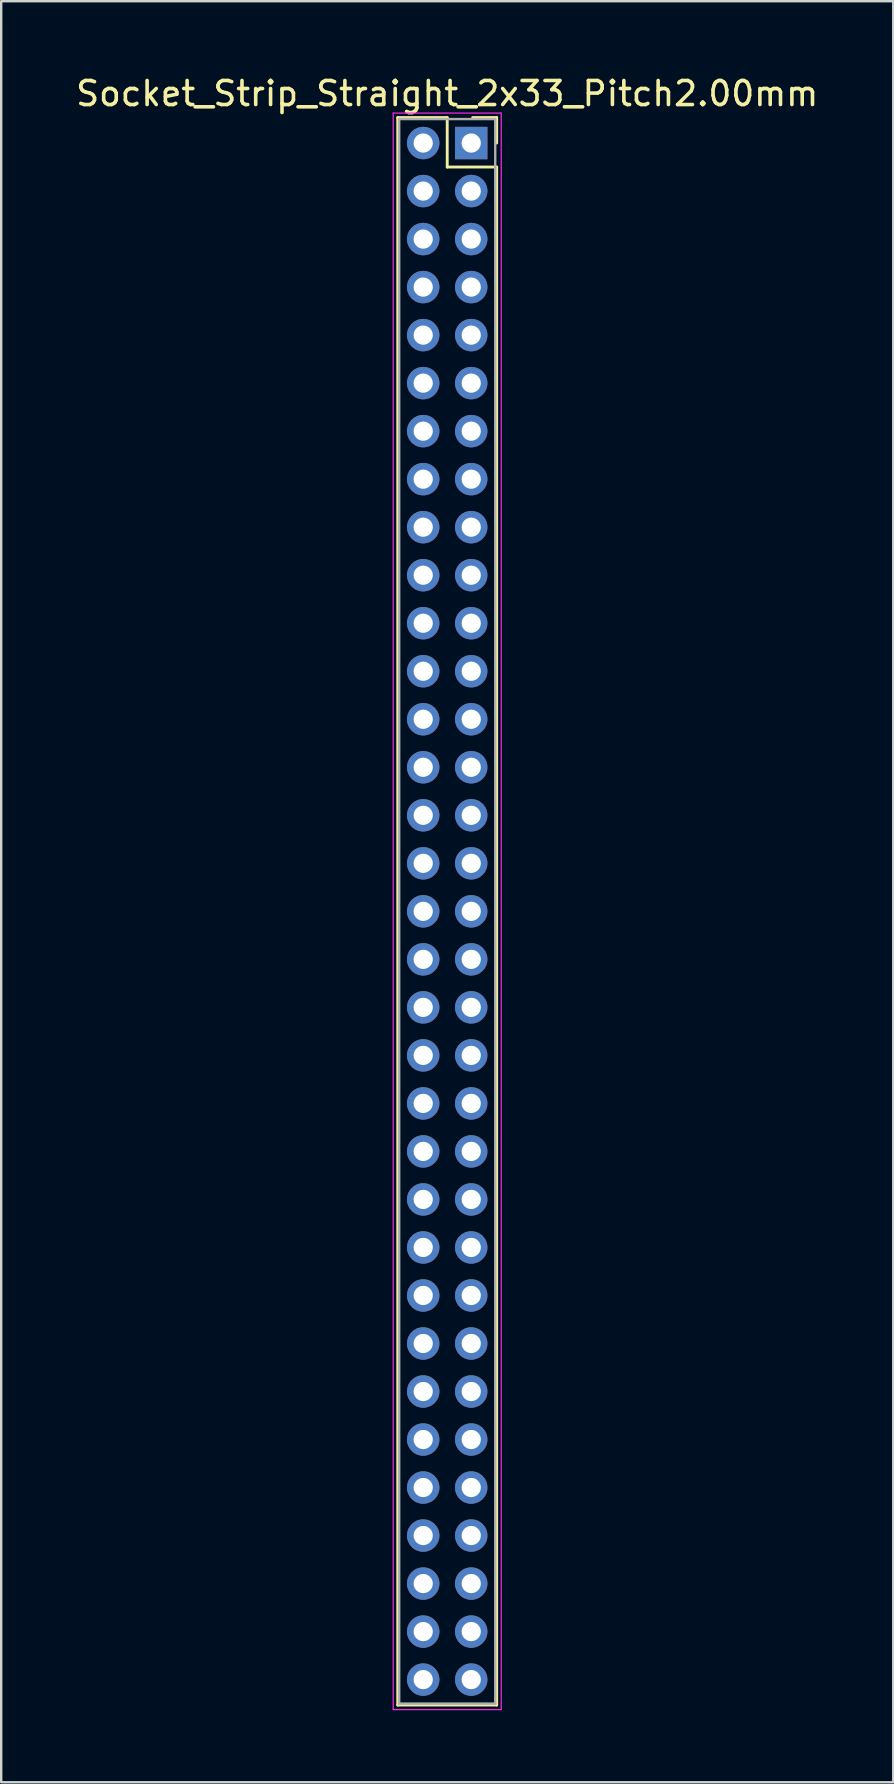
<source format=kicad_pcb>
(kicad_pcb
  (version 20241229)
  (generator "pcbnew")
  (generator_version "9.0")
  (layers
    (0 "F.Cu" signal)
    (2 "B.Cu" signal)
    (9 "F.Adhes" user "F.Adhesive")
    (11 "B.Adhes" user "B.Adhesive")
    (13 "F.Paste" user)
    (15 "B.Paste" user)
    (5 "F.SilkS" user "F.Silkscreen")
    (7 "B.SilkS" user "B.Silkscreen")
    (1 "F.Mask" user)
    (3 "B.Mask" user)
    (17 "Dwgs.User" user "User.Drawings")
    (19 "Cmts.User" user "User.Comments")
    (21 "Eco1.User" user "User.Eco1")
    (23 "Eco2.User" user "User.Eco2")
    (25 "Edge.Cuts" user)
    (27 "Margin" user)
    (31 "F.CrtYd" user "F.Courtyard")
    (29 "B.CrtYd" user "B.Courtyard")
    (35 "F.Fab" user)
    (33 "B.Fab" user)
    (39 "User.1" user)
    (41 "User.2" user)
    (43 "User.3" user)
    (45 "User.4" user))
  (footprint "Socket_Strip_Straight_2x33_Pitch2.00mm"
    (layer "F.Cu")
    (at 16.577 2.908)
    (property "Reference" "Socket_Strip_Straight_2x33_Pitch2.00mm" (at -1 -2.06 0) (layer "F.SilkS") (effects (font (size 1 1) (thickness 0.15))))
    (attr through_hole)
    (fp_line (start -3.06 -1.06) (end -1 -1.06) (stroke (width 0.12) (type solid)) (layer "F.SilkS"))
    (fp_line (start -3.06 65.06) (end -3.06 -1.06) (stroke (width 0.12) (type solid)) (layer "F.SilkS"))
    (fp_line (start -1 -1.06) (end -1 1) (stroke (width 0.12) (type solid)) (layer "F.SilkS"))
    (fp_line (start -1 1) (end 1.06 1) (stroke (width 0.12) (type solid)) (layer "F.SilkS"))
    (fp_line (start 1.06 -1.06) (end 0.06 -1.06) (stroke (width 0.12) (type solid)) (layer "F.SilkS"))
    (fp_line (start 1.06 0) (end 1.06 -1.06) (stroke (width 0.12) (type solid)) (layer "F.SilkS"))
    (fp_line (start 1.06 1) (end 1.06 65.06) (stroke (width 0.12) (type solid)) (layer "F.SilkS"))
    (fp_line (start 1.06 65.06) (end -3.06 65.06) (stroke (width 0.12) (type solid)) (layer "F.SilkS"))
    (fp_line (start -3.25 -1.25) (end -3.25 65.25) (stroke (width 0.05) (type solid)) (layer "F.CrtYd"))
    (fp_line (start -3.25 65.25) (end 1.25 65.25) (stroke (width 0.05) (type solid)) (layer "F.CrtYd"))
    (fp_line (start 1.25 -1.25) (end -3.25 -1.25) (stroke (width 0.05) (type solid)) (layer "F.CrtYd"))
    (fp_line (start 1.25 65.25) (end 1.25 -1.25) (stroke (width 0.05) (type solid)) (layer "F.CrtYd"))
    (fp_line (start -3 -1) (end -3 65) (stroke (width 0.1) (type solid)) (layer "F.Fab"))
    (fp_line (start -3 65) (end 1 65) (stroke (width 0.1) (type solid)) (layer "F.Fab"))
    (fp_line (start 1 -1) (end -3 -1) (stroke (width 0.1) (type solid)) (layer "F.Fab"))
    (fp_line (start 1 65) (end 1 -1) (stroke (width 0.1) (type solid)) (layer "F.Fab"))
    (pad "1" thru_hole rect (at 0 0) (size 1.35 1.35) (drill 0.8) (layers "*.Cu" "*.Mask"))
    (pad "2" thru_hole oval (at -2 0) (size 1.35 1.35) (drill 0.8) (layers "*.Cu" "*.Mask"))
    (pad "3" thru_hole oval (at 0 2) (size 1.35 1.35) (drill 0.8) (layers "*.Cu" "*.Mask"))
    (pad "4" thru_hole oval (at -2 2) (size 1.35 1.35) (drill 0.8) (layers "*.Cu" "*.Mask"))
    (pad "5" thru_hole oval (at 0 4) (size 1.35 1.35) (drill 0.8) (layers "*.Cu" "*.Mask"))
    (pad "6" thru_hole oval (at -2 4) (size 1.35 1.35) (drill 0.8) (layers "*.Cu" "*.Mask"))
    (pad "7" thru_hole oval (at 0 6) (size 1.35 1.35) (drill 0.8) (layers "*.Cu" "*.Mask"))
    (pad "8" thru_hole oval (at -2 6) (size 1.35 1.35) (drill 0.8) (layers "*.Cu" "*.Mask"))
    (pad "9" thru_hole oval (at 0 8) (size 1.35 1.35) (drill 0.8) (layers "*.Cu" "*.Mask"))
    (pad "10" thru_hole oval (at -2 8) (size 1.35 1.35) (drill 0.8) (layers "*.Cu" "*.Mask"))
    (pad "11" thru_hole oval (at 0 10) (size 1.35 1.35) (drill 0.8) (layers "*.Cu" "*.Mask"))
    (pad "12" thru_hole oval (at -2 10) (size 1.35 1.35) (drill 0.8) (layers "*.Cu" "*.Mask"))
    (pad "13" thru_hole oval (at 0 12) (size 1.35 1.35) (drill 0.8) (layers "*.Cu" "*.Mask"))
    (pad "14" thru_hole oval (at -2 12) (size 1.35 1.35) (drill 0.8) (layers "*.Cu" "*.Mask"))
    (pad "15" thru_hole oval (at 0 14) (size 1.35 1.35) (drill 0.8) (layers "*.Cu" "*.Mask"))
    (pad "16" thru_hole oval (at -2 14) (size 1.35 1.35) (drill 0.8) (layers "*.Cu" "*.Mask"))
    (pad "17" thru_hole oval (at 0 16) (size 1.35 1.35) (drill 0.8) (layers "*.Cu" "*.Mask"))
    (pad "18" thru_hole oval (at -2 16) (size 1.35 1.35) (drill 0.8) (layers "*.Cu" "*.Mask"))
    (pad "19" thru_hole oval (at 0 18) (size 1.35 1.35) (drill 0.8) (layers "*.Cu" "*.Mask"))
    (pad "20" thru_hole oval (at -2 18) (size 1.35 1.35) (drill 0.8) (layers "*.Cu" "*.Mask"))
    (pad "21" thru_hole oval (at 0 20) (size 1.35 1.35) (drill 0.8) (layers "*.Cu" "*.Mask"))
    (pad "22" thru_hole oval (at -2 20) (size 1.35 1.35) (drill 0.8) (layers "*.Cu" "*.Mask"))
    (pad "23" thru_hole oval (at 0 22) (size 1.35 1.35) (drill 0.8) (layers "*.Cu" "*.Mask"))
    (pad "24" thru_hole oval (at -2 22) (size 1.35 1.35) (drill 0.8) (layers "*.Cu" "*.Mask"))
    (pad "25" thru_hole oval (at 0 24) (size 1.35 1.35) (drill 0.8) (layers "*.Cu" "*.Mask"))
    (pad "26" thru_hole oval (at -2 24) (size 1.35 1.35) (drill 0.8) (layers "*.Cu" "*.Mask"))
    (pad "27" thru_hole oval (at 0 26) (size 1.35 1.35) (drill 0.8) (layers "*.Cu" "*.Mask"))
    (pad "28" thru_hole oval (at -2 26) (size 1.35 1.35) (drill 0.8) (layers "*.Cu" "*.Mask"))
    (pad "29" thru_hole oval (at 0 28) (size 1.35 1.35) (drill 0.8) (layers "*.Cu" "*.Mask"))
    (pad "30" thru_hole oval (at -2 28) (size 1.35 1.35) (drill 0.8) (layers "*.Cu" "*.Mask"))
    (pad "31" thru_hole oval (at 0 30) (size 1.35 1.35) (drill 0.8) (layers "*.Cu" "*.Mask"))
    (pad "32" thru_hole oval (at -2 30) (size 1.35 1.35) (drill 0.8) (layers "*.Cu" "*.Mask"))
    (pad "33" thru_hole oval (at 0 32) (size 1.35 1.35) (drill 0.8) (layers "*.Cu" "*.Mask"))
    (pad "34" thru_hole oval (at -2 32) (size 1.35 1.35) (drill 0.8) (layers "*.Cu" "*.Mask"))
    (pad "35" thru_hole oval (at 0 34) (size 1.35 1.35) (drill 0.8) (layers "*.Cu" "*.Mask"))
    (pad "36" thru_hole oval (at -2 34) (size 1.35 1.35) (drill 0.8) (layers "*.Cu" "*.Mask"))
    (pad "37" thru_hole oval (at 0 36) (size 1.35 1.35) (drill 0.8) (layers "*.Cu" "*.Mask"))
    (pad "38" thru_hole oval (at -2 36) (size 1.35 1.35) (drill 0.8) (layers "*.Cu" "*.Mask"))
    (pad "39" thru_hole oval (at 0 38) (size 1.35 1.35) (drill 0.8) (layers "*.Cu" "*.Mask"))
    (pad "40" thru_hole oval (at -2 38) (size 1.35 1.35) (drill 0.8) (layers "*.Cu" "*.Mask"))
    (pad "41" thru_hole oval (at 0 40) (size 1.35 1.35) (drill 0.8) (layers "*.Cu" "*.Mask"))
    (pad "42" thru_hole oval (at -2 40) (size 1.35 1.35) (drill 0.8) (layers "*.Cu" "*.Mask"))
    (pad "43" thru_hole oval (at 0 42) (size 1.35 1.35) (drill 0.8) (layers "*.Cu" "*.Mask"))
    (pad "44" thru_hole oval (at -2 42) (size 1.35 1.35) (drill 0.8) (layers "*.Cu" "*.Mask"))
    (pad "45" thru_hole oval (at 0 44) (size 1.35 1.35) (drill 0.8) (layers "*.Cu" "*.Mask"))
    (pad "46" thru_hole oval (at -2 44) (size 1.35 1.35) (drill 0.8) (layers "*.Cu" "*.Mask"))
    (pad "47" thru_hole oval (at 0 46) (size 1.35 1.35) (drill 0.8) (layers "*.Cu" "*.Mask"))
    (pad "48" thru_hole oval (at -2 46) (size 1.35 1.35) (drill 0.8) (layers "*.Cu" "*.Mask"))
    (pad "49" thru_hole oval (at 0 48) (size 1.35 1.35) (drill 0.8) (layers "*.Cu" "*.Mask"))
    (pad "50" thru_hole oval (at -2 48) (size 1.35 1.35) (drill 0.8) (layers "*.Cu" "*.Mask"))
    (pad "51" thru_hole oval (at 0 50) (size 1.35 1.35) (drill 0.8) (layers "*.Cu" "*.Mask"))
    (pad "52" thru_hole oval (at -2 50) (size 1.35 1.35) (drill 0.8) (layers "*.Cu" "*.Mask"))
    (pad "53" thru_hole oval (at 0 52) (size 1.35 1.35) (drill 0.8) (layers "*.Cu" "*.Mask"))
    (pad "54" thru_hole oval (at -2 52) (size 1.35 1.35) (drill 0.8) (layers "*.Cu" "*.Mask"))
    (pad "55" thru_hole oval (at 0 54) (size 1.35 1.35) (drill 0.8) (layers "*.Cu" "*.Mask"))
    (pad "56" thru_hole oval (at -2 54) (size 1.35 1.35) (drill 0.8) (layers "*.Cu" "*.Mask"))
    (pad "57" thru_hole oval (at 0 56) (size 1.35 1.35) (drill 0.8) (layers "*.Cu" "*.Mask"))
    (pad "58" thru_hole oval (at -2 56) (size 1.35 1.35) (drill 0.8) (layers "*.Cu" "*.Mask"))
    (pad "59" thru_hole oval (at 0 58) (size 1.35 1.35) (drill 0.8) (layers "*.Cu" "*.Mask"))
    (pad "60" thru_hole oval (at -2 58) (size 1.35 1.35) (drill 0.8) (layers "*.Cu" "*.Mask"))
    (pad "61" thru_hole oval (at 0 60) (size 1.35 1.35) (drill 0.8) (layers "*.Cu" "*.Mask"))
    (pad "62" thru_hole oval (at -2 60) (size 1.35 1.35) (drill 0.8) (layers "*.Cu" "*.Mask"))
    (pad "63" thru_hole oval (at 0 62) (size 1.35 1.35) (drill 0.8) (layers "*.Cu" "*.Mask"))
    (pad "64" thru_hole oval (at -2 62) (size 1.35 1.35) (drill 0.8) (layers "*.Cu" "*.Mask"))
    (pad "65" thru_hole oval (at 0 64) (size 1.35 1.35) (drill 0.8) (layers "*.Cu" "*.Mask"))
    (pad "66" thru_hole oval (at -2 64) (size 1.35 1.35) (drill 0.8) (layers "*.Cu" "*.Mask")))
  (gr_rect
    (start -3 -3)
    (end 34.155 71.183)
    (stroke (width 0.1) (type default))
    (fill no)
    (layer "Edge.Cuts")))
</source>
